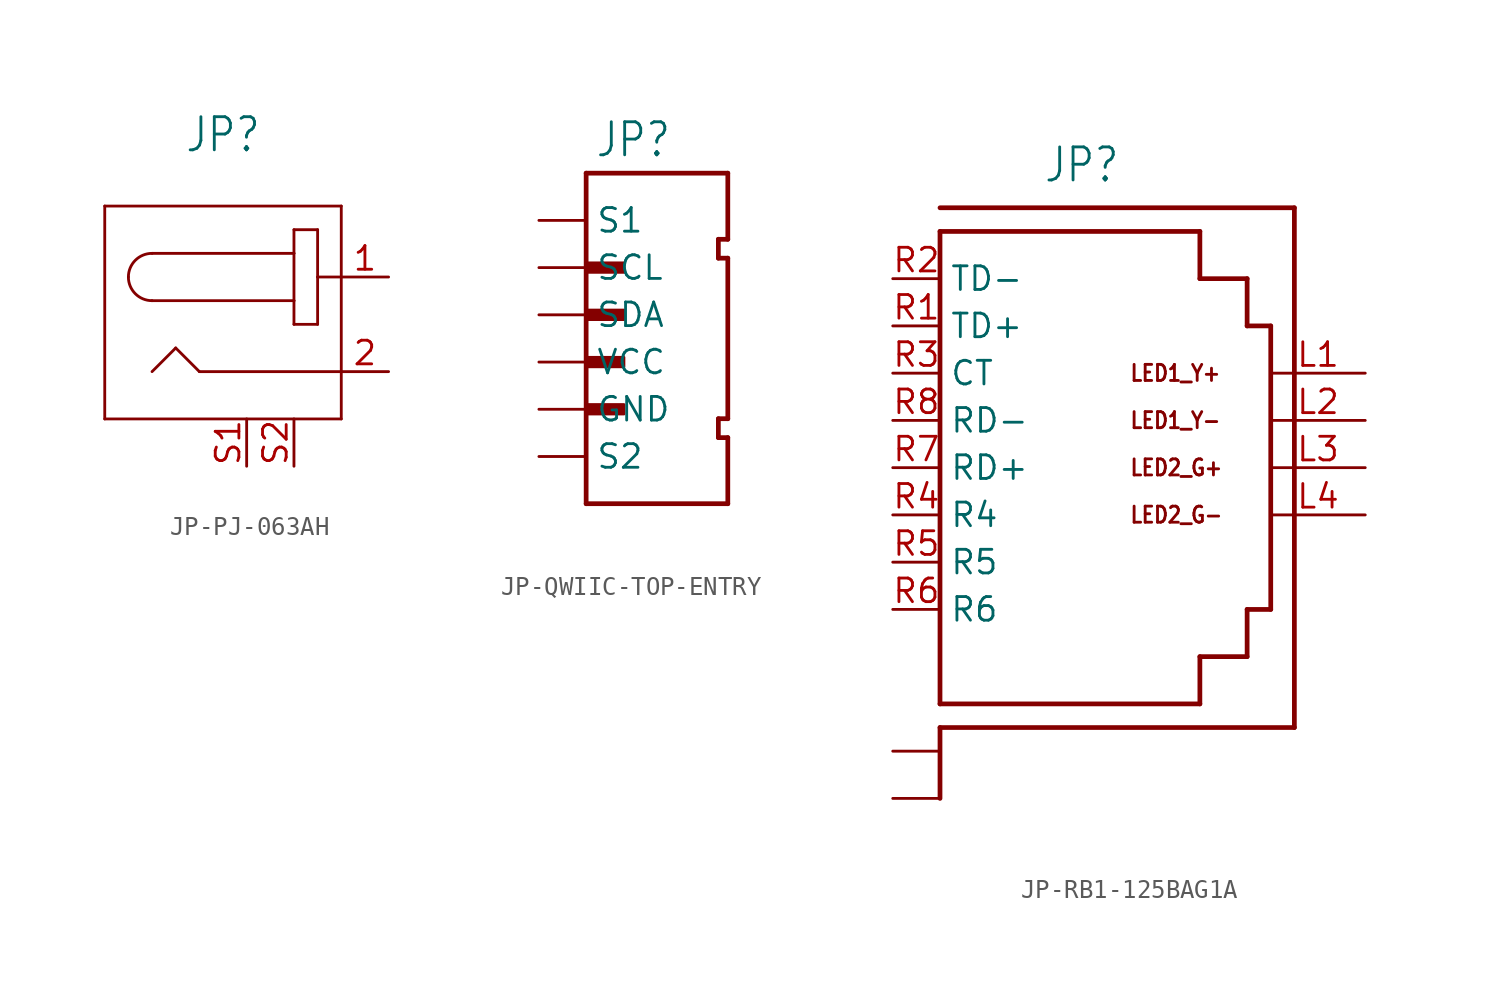
<source format=kicad_sym>
(kicad_symbol_lib
  (version 20231120)
  (generator "kicad_symbol_editor")
  (generator_version "8.0")
  (symbol "JP-PJ-063AH"
    (property "Reference" "JP"
      (at -1.27 9.144 0)
      (effects (font (size 1.778 1.511)) (justify bottom)))
    (property "Value" ""
      (at -1.27 6.858 0)
      (effects (font (size 1.778 1.511)) (justify bottom)))
    (property "ki_locked" ""
      (at 0 0 0)
      (effects (font (size 1.27 1.27))))
    (symbol "JP-PJ-063AH_1_0"
      (arc (start -6.35 2.54) (mid -5.978 1.642) (end -5.08 1.27) (stroke (width 0.1524) (type solid)) (fill (type none)))
      (arc (start -5.08 3.81) (mid -5.978 3.438) (end -6.35 2.54) (stroke (width 0.1524) (type solid)) (fill (type none)))
      (polyline (pts (xy -7.62 -5.08) (xy 5.08 -5.08)) (stroke (width 0.152) (type solid)) (fill (type none)))
      (polyline (pts (xy -7.62 6.35) (xy -7.62 -5.08)) (stroke (width 0.152) (type solid)) (fill (type none)))
      (polyline (pts (xy -5.08 1.27) (xy 2.54 1.27)) (stroke (width 0.152) (type solid)) (fill (type none)))
      (polyline (pts (xy -3.81 -1.27) (xy -5.08 -2.54)) (stroke (width 0.152) (type solid)) (fill (type none)))
      (polyline (pts (xy -2.54 -2.54) (xy -3.81 -1.27)) (stroke (width 0.152) (type solid)) (fill (type none)))
      (polyline (pts (xy 2.54 0) (xy 3.81 0)) (stroke (width 0.152) (type solid)) (fill (type none)))
      (polyline (pts (xy 2.54 1.27) (xy 2.54 0)) (stroke (width 0.152) (type solid)) (fill (type none)))
      (polyline (pts (xy 2.54 3.81) (xy -5.08 3.81)) (stroke (width 0.152) (type solid)) (fill (type none)))
      (polyline (pts (xy 2.54 3.81) (xy 2.54 1.27)) (stroke (width 0.152) (type solid)) (fill (type none)))
      (polyline (pts (xy 2.54 5.08) (xy 2.54 3.81)) (stroke (width 0.152) (type solid)) (fill (type none)))
      (polyline (pts (xy 3.81 0) (xy 3.81 2.54)) (stroke (width 0.152) (type solid)) (fill (type none)))
      (polyline (pts (xy 3.81 2.54) (xy 3.81 5.08)) (stroke (width 0.152) (type solid)) (fill (type none)))
      (polyline (pts (xy 3.81 5.08) (xy 2.54 5.08)) (stroke (width 0.152) (type solid)) (fill (type none)))
      (polyline (pts (xy 5.08 -5.08) (xy 5.08 6.35)) (stroke (width 0.152) (type solid)) (fill (type none)))
      (polyline (pts (xy 5.08 -2.54) (xy -2.54 -2.54)) (stroke (width 0.152) (type solid)) (fill (type none)))
      (polyline (pts (xy 5.08 2.54) (xy 3.81 2.54)) (stroke (width 0.152) (type solid)) (fill (type none)))
      (polyline (pts (xy 5.08 6.35) (xy -7.62 6.35)) (stroke (width 0.152) (type solid)) (fill (type none)))
      (pin passive line (at 7.62 2.54 180) (length 2.54) (name "1" (effects (font (size 0 0)))) (number "1" (effects (font (size 1.27 1.27)))))
      (pin passive line (at 7.62 -2.54 180) (length 2.54) (name "2" (effects (font (size 0 0)))) (number "2" (effects (font (size 1.27 1.27)))))
      (pin passive line (at 0 -7.62 90) (length 2.54) (name "S1" (effects (font (size 0 0)))) (number "S1" (effects (font (size 1.27 1.27)))))
      (pin passive line (at 2.54 -7.62 90) (length 2.54) (name "S2" (effects (font (size 0 0)))) (number "S2" (effects (font (size 1.27 1.27)))))))
  (symbol "JP-QWIIC-TOP-ENTRY"
    (property "Reference" "JP"
      (at 0 8.382 0)
      (effects (font (size 1.778 1.511)) (justify bottom)))
    (property "Value" ""
      (at 0 -10.922 0)
      (effects (font (size 1.778 1.511)) (justify top)))
    (property "ki_locked" ""
      (at 0 0 0)
      (effects (font (size 1.27 1.27))))
    (symbol "JP-QWIIC-TOP-ENTRY_1_0"
      (rectangle (start -2.54 -5.334) (end -0.508 -4.826) (stroke (width 0) (type default)) (fill (type outline)))
      (rectangle (start -2.54 -2.794) (end -0.508 -2.286) (stroke (width 0) (type default)) (fill (type outline)))
      (rectangle (start -2.54 -0.254) (end -0.508 0.254) (stroke (width 0) (type default)) (fill (type outline)))
      (rectangle (start -2.54 2.286) (end -0.508 2.794) (stroke (width 0) (type default)) (fill (type outline)))
      (polyline (pts (xy -2.54 -10.16) (xy -2.54 7.62)) (stroke (width 0.254) (type solid)) (fill (type none)))
      (polyline (pts (xy -2.54 7.62) (xy 5.08 7.62)) (stroke (width 0.254) (type solid)) (fill (type none)))
      (polyline (pts (xy 4.572 -6.604) (xy 5.08 -6.604)) (stroke (width 0.254) (type solid)) (fill (type none)))
      (polyline (pts (xy 4.572 -5.588) (xy 4.572 -6.604)) (stroke (width 0.254) (type solid)) (fill (type none)))
      (polyline (pts (xy 4.572 -5.588) (xy 5.08 -5.588)) (stroke (width 0.254) (type solid)) (fill (type none)))
      (polyline (pts (xy 4.572 3.048) (xy 5.08 3.048)) (stroke (width 0.254) (type solid)) (fill (type none)))
      (polyline (pts (xy 4.572 4.064) (xy 4.572 3.048)) (stroke (width 0.254) (type solid)) (fill (type none)))
      (polyline (pts (xy 5.08 -10.16) (xy -2.54 -10.16)) (stroke (width 0.254) (type solid)) (fill (type none)))
      (polyline (pts (xy 5.08 -6.604) (xy 5.08 -10.16)) (stroke (width 0.254) (type solid)) (fill (type none)))
      (polyline (pts (xy 5.08 3.048) (xy 5.08 -5.588)) (stroke (width 0.254) (type solid)) (fill (type none)))
      (polyline (pts (xy 5.08 4.064) (xy 4.572 4.064)) (stroke (width 0.254) (type solid)) (fill (type none)))
      (polyline (pts (xy 5.08 7.62) (xy 5.08 4.064)) (stroke (width 0.254) (type solid)) (fill (type none)))
      (pin passive line (at -5.08 -5.08 0) (length 2.54) (name "GND" (effects (font (size 1.27 1.27)))) (number "1" (effects (font (size 0 0)))))
      (pin passive line (at -5.08 -2.54 0) (length 2.54) (name "VCC" (effects (font (size 1.27 1.27)))) (number "2" (effects (font (size 0 0)))))
      (pin passive line (at -5.08 0 0) (length 2.54) (name "SDA" (effects (font (size 1.27 1.27)))) (number "3" (effects (font (size 0 0)))))
      (pin passive line (at -5.08 2.54 0) (length 2.54) (name "SCL" (effects (font (size 1.27 1.27)))) (number "4" (effects (font (size 0 0)))))
      (pin passive line (at -5.08 5.08 0) (length 2.54) (name "S1" (effects (font (size 1.27 1.27)))) (number "S1" (effects (font (size 0 0)))))
      (pin passive line (at -5.08 -7.62 0) (length 2.54) (name "S2" (effects (font (size 1.27 1.27)))) (number "S2" (effects (font (size 0 0)))))))
  (symbol "JP-RB1-125BAG1A"
    (property "Reference" "JP"
      (at 0 15.24 0)
      (effects (font (size 1.778 1.511)) (justify bottom)))
    (property "Value" ""
      (at 0 -15.24 0)
      (effects (font (size 1.778 1.511)) (justify top)))
    (property "ki_locked" ""
      (at 0 0 0)
      (effects (font (size 1.27 1.27))))
    (symbol "JP-RB1-125BAG1A_1_0"
      (polyline (pts (xy -7.62 -13.97) (xy -7.62 -17.78)) (stroke (width 0.254) (type solid)) (fill (type none)))
      (polyline (pts (xy -7.62 -12.7) (xy -7.62 12.7)) (stroke (width 0.254) (type solid)) (fill (type none)))
      (polyline (pts (xy -7.62 12.7) (xy 6.35 12.7)) (stroke (width 0.254) (type solid)) (fill (type none)))
      (polyline (pts (xy -7.62 13.97) (xy 11.43 13.97)) (stroke (width 0.254) (type solid)) (fill (type none)))
      (polyline (pts (xy 6.35 -12.7) (xy -7.62 -12.7)) (stroke (width 0.254) (type solid)) (fill (type none)))
      (polyline (pts (xy 6.35 -12.7) (xy 6.35 -10.16)) (stroke (width 0.254) (type solid)) (fill (type none)))
      (polyline (pts (xy 6.35 -10.16) (xy 8.89 -10.16)) (stroke (width 0.254) (type solid)) (fill (type none)))
      (polyline (pts (xy 6.35 10.16) (xy 8.89 10.16)) (stroke (width 0.254) (type solid)) (fill (type none)))
      (polyline (pts (xy 6.35 12.7) (xy 6.35 10.16)) (stroke (width 0.254) (type solid)) (fill (type none)))
      (polyline (pts (xy 8.89 -10.16) (xy 8.89 -7.62)) (stroke (width 0.254) (type solid)) (fill (type none)))
      (polyline (pts (xy 8.89 -7.62) (xy 10.16 -7.62)) (stroke (width 0.254) (type solid)) (fill (type none)))
      (polyline (pts (xy 8.89 7.62) (xy 10.16 7.62)) (stroke (width 0.254) (type solid)) (fill (type none)))
      (polyline (pts (xy 8.89 10.16) (xy 8.89 7.62)) (stroke (width 0.254) (type solid)) (fill (type none)))
      (polyline (pts (xy 10.16 7.62) (xy 10.16 -7.62)) (stroke (width 0.254) (type solid)) (fill (type none)))
      (polyline (pts (xy 11.43 -13.97) (xy -7.62 -13.97)) (stroke (width 0.254) (type solid)) (fill (type none)))
      (polyline (pts (xy 11.43 13.97) (xy 11.43 -13.97)) (stroke (width 0.254) (type solid)) (fill (type none)))
      (text "LED1_Y+" (at 2.54 5.08 0) (effects (font (size 0.864 0.734)) (justify left)))
      (text "LED1_Y-" (at 2.54 2.54 0) (effects (font (size 0.864 0.734)) (justify left)))
      (text "LED2_G+" (at 2.54 0 0) (effects (font (size 0.864 0.734)) (justify left)))
      (text "LED2_G-" (at 2.54 -2.54 0) (effects (font (size 0.864 0.734)) (justify left)))
      (pin passive line (at 15.24 5.08 180) (length 5.08) (name "LED1_Y+" (effects (font (size 0 0)))) (number "L1" (effects (font (size 1.27 1.27)))))
      (pin passive line (at 15.24 2.54 180) (length 5.08) (name "LED1_Y-" (effects (font (size 0 0)))) (number "L2" (effects (font (size 1.27 1.27)))))
      (pin passive line (at 15.24 0 180) (length 5.08) (name "LED2_G+" (effects (font (size 0 0)))) (number "L3" (effects (font (size 1.27 1.27)))))
      (pin passive line (at 15.24 -2.54 180) (length 5.08) (name "LED2_G-" (effects (font (size 0 0)))) (number "L4" (effects (font (size 1.27 1.27)))))
      (pin passive line (at -10.16 7.62 0) (length 2.54) (name "TD+" (effects (font (size 1.27 1.27)))) (number "R1" (effects (font (size 1.27 1.27)))))
      (pin passive line (at -10.16 10.16 0) (length 2.54) (name "TD-" (effects (font (size 1.27 1.27)))) (number "R2" (effects (font (size 1.27 1.27)))))
      (pin passive line (at -10.16 5.08 0) (length 2.54) (name "CT" (effects (font (size 1.27 1.27)))) (number "R3" (effects (font (size 1.27 1.27)))))
      (pin passive line (at -10.16 -2.54 0) (length 2.54) (name "R4" (effects (font (size 1.27 1.27)))) (number "R4" (effects (font (size 1.27 1.27)))))
      (pin passive line (at -10.16 -5.08 0) (length 2.54) (name "R5" (effects (font (size 1.27 1.27)))) (number "R5" (effects (font (size 1.27 1.27)))))
      (pin passive line (at -10.16 -7.62 0) (length 2.54) (name "R6" (effects (font (size 1.27 1.27)))) (number "R6" (effects (font (size 1.27 1.27)))))
      (pin passive line (at -10.16 0 0) (length 2.54) (name "RD+" (effects (font (size 1.27 1.27)))) (number "R7" (effects (font (size 1.27 1.27)))))
      (pin passive line (at -10.16 2.54 0) (length 2.54) (name "RD-" (effects (font (size 1.27 1.27)))) (number "R8" (effects (font (size 1.27 1.27)))))
      (pin passive line (at -10.16 -15.24 0) (length 2.54) (name "SHIELD1" (effects (font (size 0 0)))) (number "S1" (effects (font (size 0 0)))))
      (pin passive line (at -10.16 -17.78 0) (length 2.54) (name "SHIELD2" (effects (font (size 0 0)))) (number "S2" (effects (font (size 0 0))))))))
</source>
